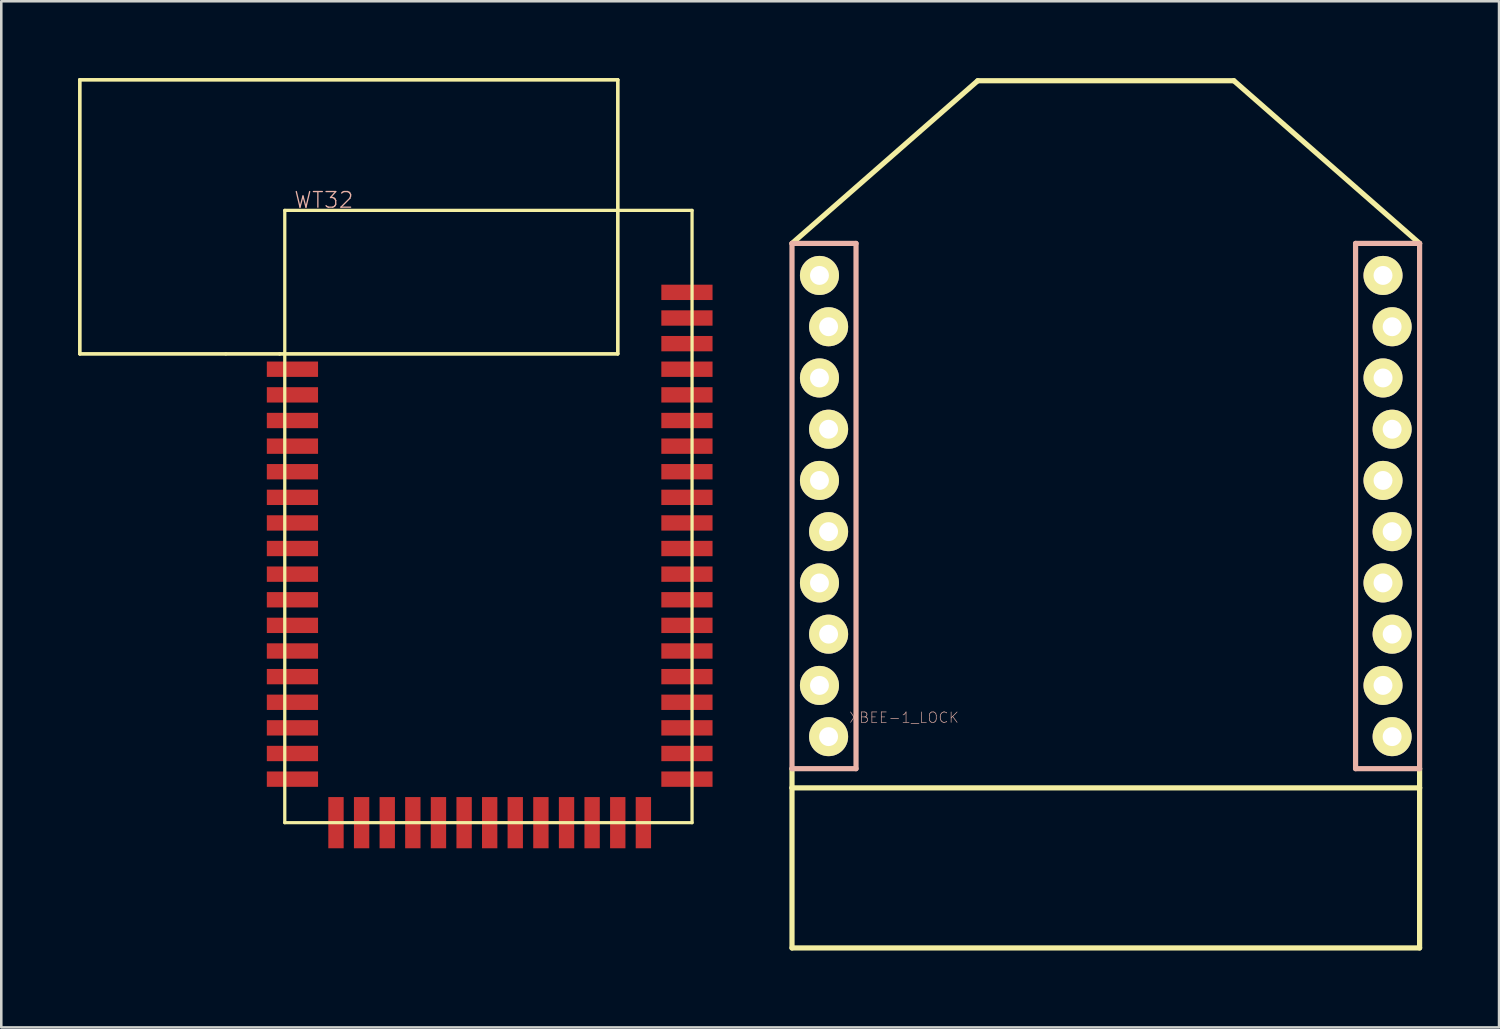
<source format=kicad_pcb>
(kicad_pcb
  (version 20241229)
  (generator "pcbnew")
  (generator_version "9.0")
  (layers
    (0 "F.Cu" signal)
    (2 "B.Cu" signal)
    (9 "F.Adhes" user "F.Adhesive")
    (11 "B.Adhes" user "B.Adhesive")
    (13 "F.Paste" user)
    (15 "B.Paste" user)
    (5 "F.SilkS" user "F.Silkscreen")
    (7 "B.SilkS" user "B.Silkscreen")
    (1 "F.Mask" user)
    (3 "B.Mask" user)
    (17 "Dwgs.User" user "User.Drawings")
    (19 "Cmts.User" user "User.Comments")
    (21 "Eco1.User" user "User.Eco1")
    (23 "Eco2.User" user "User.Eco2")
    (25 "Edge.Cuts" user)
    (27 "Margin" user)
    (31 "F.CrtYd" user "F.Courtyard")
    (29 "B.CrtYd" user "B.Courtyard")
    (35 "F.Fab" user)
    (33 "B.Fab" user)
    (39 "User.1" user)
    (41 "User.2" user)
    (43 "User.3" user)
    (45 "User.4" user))
  (footprint "WT32"
    (layer "F.Cu")
    (at 16.063 17.061)
    (property "Reference" "WT32" (at -6.474 -12.304 0) (layer "B.SilkS") (effects (font (size 0.61 0.61) (thickness 0.051))))
    (attr smd)
    (fp_line (start -15.999 -16.998) (end -15.999 -6.299) (stroke (width 0.127) (type solid)) (layer "F.SilkS"))
    (fp_line (start -15.999 -16.998) (end -15.999 -6.299) (stroke (width 0.127) (type solid)) (layer "F.SilkS"))
    (fp_line (start -15.999 -6.299) (end -10.3 -6.299) (stroke (width 0.127) (type solid)) (layer "F.SilkS"))
    (fp_line (start -15.999 -6.299) (end -8.199 -6.299) (stroke (width 0.127) (type solid)) (layer "F.SilkS"))
    (fp_line (start -10.3 -6.299) (end -8.199 -6.299) (stroke (width 0.127) (type solid)) (layer "F.SilkS"))
    (fp_line (start -8.199 -6.299) (end -7.998 -6.299) (stroke (width 0.127) (type solid)) (layer "F.SilkS"))
    (fp_line (start -8.199 -6.299) (end 4.999 -6.299) (stroke (width 0.127) (type solid)) (layer "F.SilkS"))
    (fp_line (start -7.998 -11.9) (end -7.998 11.999) (stroke (width 0.127) (type solid)) (layer "F.SilkS"))
    (fp_line (start -7.998 -6.299) (end 4.999 -6.299) (stroke (width 0.127) (type solid)) (layer "F.SilkS"))
    (fp_line (start -7.998 11.999) (end 7.899 11.999) (stroke (width 0.127) (type solid)) (layer "F.SilkS"))
    (fp_line (start 4.999 -16.998) (end -15.999 -16.998) (stroke (width 0.127) (type solid)) (layer "F.SilkS"))
    (fp_line (start 4.999 -16.998) (end -15.999 -16.998) (stroke (width 0.127) (type solid)) (layer "F.SilkS"))
    (fp_line (start 4.999 -6.299) (end 4.999 -16.998) (stroke (width 0.127) (type solid)) (layer "F.SilkS"))
    (fp_line (start 4.999 -6.299) (end 4.999 -16.998) (stroke (width 0.127) (type solid)) (layer "F.SilkS"))
    (fp_line (start 7.899 -11.9) (end -7.998 -11.9) (stroke (width 0.127) (type solid)) (layer "F.SilkS"))
    (fp_line (start 7.899 11.999) (end 7.899 -11.9) (stroke (width 0.127) (type solid)) (layer "F.SilkS"))
    (pad "1" smd rect (at -7.699 -5.7 180) (size 1.999 0.599) (layers "F.Cu" "F.Mask" "F.Paste"))
    (pad "2" smd rect (at -7.699 -4.699 180) (size 1.999 0.599) (layers "F.Cu" "F.Mask" "F.Paste"))
    (pad "3" smd rect (at -7.699 -3.698 180) (size 1.999 0.599) (layers "F.Cu" "F.Mask" "F.Paste"))
    (pad "4" smd rect (at -7.699 -2.697 180) (size 1.999 0.599) (layers "F.Cu" "F.Mask" "F.Paste"))
    (pad "5" smd rect (at -7.699 -1.699 180) (size 1.999 0.599) (layers "F.Cu" "F.Mask" "F.Paste"))
    (pad "6" smd rect (at -7.699 -0.699 180) (size 1.999 0.599) (layers "F.Cu" "F.Mask" "F.Paste"))
    (pad "7" smd rect (at -7.699 0.3 180) (size 1.999 0.599) (layers "F.Cu" "F.Mask" "F.Paste"))
    (pad "8" smd rect (at -7.699 1.298 180) (size 1.999 0.599) (layers "F.Cu" "F.Mask" "F.Paste"))
    (pad "9" smd rect (at -7.699 2.299 180) (size 1.999 0.599) (layers "F.Cu" "F.Mask" "F.Paste"))
    (pad "10" smd rect (at -7.699 3.299 180) (size 1.999 0.599) (layers "F.Cu" "F.Mask" "F.Paste"))
    (pad "11" smd rect (at -7.699 4.298 180) (size 1.999 0.599) (layers "F.Cu" "F.Mask" "F.Paste"))
    (pad "12" smd rect (at -7.699 5.298 180) (size 1.999 0.599) (layers "F.Cu" "F.Mask" "F.Paste"))
    (pad "13" smd rect (at -7.699 6.299 180) (size 1.999 0.599) (layers "F.Cu" "F.Mask" "F.Paste"))
    (pad "14" smd rect (at -7.699 7.3 180) (size 1.999 0.599) (layers "F.Cu" "F.Mask" "F.Paste"))
    (pad "15" smd rect (at -7.699 8.298 180) (size 1.999 0.599) (layers "F.Cu" "F.Mask" "F.Paste"))
    (pad "16" smd rect (at -7.699 9.299 180) (size 1.999 0.599) (layers "F.Cu" "F.Mask" "F.Paste"))
    (pad "17" smd rect (at -7.699 10.3 180) (size 1.999 0.599) (layers "F.Cu" "F.Mask" "F.Paste"))
    (pad "18" smd rect (at -5.999 11.999 270) (size 1.999 0.599) (layers "F.Cu" "F.Mask" "F.Paste"))
    (pad "19" smd rect (at -4.999 11.999 270) (size 1.999 0.599) (layers "F.Cu" "F.Mask" "F.Paste"))
    (pad "20" smd rect (at -3.998 11.999 270) (size 1.999 0.599) (layers "F.Cu" "F.Mask" "F.Paste"))
    (pad "21" smd rect (at -3 11.999 270) (size 1.999 0.599) (layers "F.Cu" "F.Mask" "F.Paste"))
    (pad "22" smd rect (at -1.999 11.999 270) (size 1.999 0.599) (layers "F.Cu" "F.Mask" "F.Paste"))
    (pad "23" smd rect (at -0.998 11.999 270) (size 1.999 0.599) (layers "F.Cu" "F.Mask" "F.Paste"))
    (pad "24" smd rect (at 0 11.999 270) (size 1.999 0.599) (layers "F.Cu" "F.Mask" "F.Paste"))
    (pad "25" smd rect (at 0.998 11.999 270) (size 1.999 0.599) (layers "F.Cu" "F.Mask" "F.Paste"))
    (pad "26" smd rect (at 1.999 11.999 270) (size 1.999 0.599) (layers "F.Cu" "F.Mask" "F.Paste"))
    (pad "27" smd rect (at 3 11.999 270) (size 1.999 0.599) (layers "F.Cu" "F.Mask" "F.Paste"))
    (pad "28" smd rect (at 3.998 11.999 270) (size 1.999 0.599) (layers "F.Cu" "F.Mask" "F.Paste"))
    (pad "29" smd rect (at 4.999 11.999 270) (size 1.999 0.599) (layers "F.Cu" "F.Mask" "F.Paste"))
    (pad "30" smd rect (at 5.999 11.999 270) (size 1.999 0.599) (layers "F.Cu" "F.Mask" "F.Paste"))
    (pad "31" smd rect (at 7.699 10.3) (size 1.999 0.599) (layers "F.Cu" "F.Mask" "F.Paste"))
    (pad "32" smd rect (at 7.699 9.299) (size 1.999 0.599) (layers "F.Cu" "F.Mask" "F.Paste"))
    (pad "33" smd rect (at 7.699 8.298) (size 1.999 0.599) (layers "F.Cu" "F.Mask" "F.Paste"))
    (pad "34" smd rect (at 7.699 7.3) (size 1.999 0.599) (layers "F.Cu" "F.Mask" "F.Paste"))
    (pad "35" smd rect (at 7.699 6.299) (size 1.999 0.599) (layers "F.Cu" "F.Mask" "F.Paste"))
    (pad "36" smd rect (at 7.699 5.298) (size 1.999 0.599) (layers "F.Cu" "F.Mask" "F.Paste"))
    (pad "37" smd rect (at 7.699 4.298) (size 1.999 0.599) (layers "F.Cu" "F.Mask" "F.Paste"))
    (pad "38" smd rect (at 7.699 3.299) (size 1.999 0.599) (layers "F.Cu" "F.Mask" "F.Paste"))
    (pad "39" smd rect (at 7.699 2.299) (size 1.999 0.599) (layers "F.Cu" "F.Mask" "F.Paste"))
    (pad "40" smd rect (at 7.699 1.298) (size 1.999 0.599) (layers "F.Cu" "F.Mask" "F.Paste"))
    (pad "41" smd rect (at 7.699 0.3) (size 1.999 0.599) (layers "F.Cu" "F.Mask" "F.Paste"))
    (pad "42" smd rect (at 7.699 -0.699) (size 1.999 0.599) (layers "F.Cu" "F.Mask" "F.Paste"))
    (pad "43" smd rect (at 7.699 -1.699) (size 1.999 0.599) (layers "F.Cu" "F.Mask" "F.Paste"))
    (pad "44" smd rect (at 7.699 -2.697) (size 1.999 0.599) (layers "F.Cu" "F.Mask" "F.Paste"))
    (pad "45" smd rect (at 7.699 -3.698) (size 1.999 0.599) (layers "F.Cu" "F.Mask" "F.Paste"))
    (pad "46" smd rect (at 7.699 -4.699) (size 1.999 0.599) (layers "F.Cu" "F.Mask" "F.Paste"))
    (pad "47" smd rect (at 7.699 -5.7) (size 1.999 0.599) (layers "F.Cu" "F.Mask" "F.Paste"))
    (pad "48" smd rect (at 7.699 -6.698) (size 1.999 0.599) (layers "F.Cu" "F.Mask" "F.Paste"))
    (pad "49" smd rect (at 7.699 -7.699) (size 1.999 0.599) (layers "F.Cu" "F.Mask" "F.Paste"))
    (pad "50" smd rect (at 7.699 -8.7) (size 1.999 0.599) (layers "F.Cu" "F.Mask" "F.Paste")))
  (footprint "XBEE-1_LOCK"
    (layer "F.Cu")
    (at 40.111 27.701)
    (property "Reference" "XBEE-1_LOCK" (at -7.874 -2.743 0) (layer "B.SilkS") (effects (font (size 0.406 0.406) (thickness 0.025))))
    (attr exclude_from_pos_files exclude_from_bom)
    (fp_line (start -12.248 -21.25) (end -4.999 -27.6) (stroke (width 0.203) (type solid)) (layer "F.SilkS"))
    (fp_line (start -12.248 -0.749) (end -12.248 0) (stroke (width 0.203) (type solid)) (layer "F.SilkS"))
    (fp_line (start -12.248 0) (end -12.248 6.248) (stroke (width 0.203) (type solid)) (layer "F.SilkS"))
    (fp_line (start -12.248 0) (end 12.248 0) (stroke (width 0.203) (type solid)) (layer "F.SilkS"))
    (fp_line (start -12.248 6.248) (end 12.248 6.248) (stroke (width 0.203) (type solid)) (layer "F.SilkS"))
    (fp_line (start -11.1 -20.244) (end -10.897 -20.244) (stroke (width 0.066) (type solid)) (layer "F.SilkS"))
    (fp_line (start -11.1 -19.736) (end -11.1 -20.244) (stroke (width 0.066) (type solid)) (layer "F.SilkS"))
    (fp_line (start -11.1 -19.736) (end -10.897 -19.736) (stroke (width 0.066) (type solid)) (layer "F.SilkS"))
    (fp_line (start -11.1 -18.237) (end -10.897 -18.237) (stroke (width 0.066) (type solid)) (layer "F.SilkS"))
    (fp_line (start -11.1 -17.727) (end -11.1 -18.237) (stroke (width 0.066) (type solid)) (layer "F.SilkS"))
    (fp_line (start -11.1 -17.727) (end -10.897 -17.727) (stroke (width 0.066) (type solid)) (layer "F.SilkS"))
    (fp_line (start -11.1 -16.231) (end -10.897 -16.231) (stroke (width 0.066) (type solid)) (layer "F.SilkS"))
    (fp_line (start -11.1 -15.723) (end -11.1 -16.231) (stroke (width 0.066) (type solid)) (layer "F.SilkS"))
    (fp_line (start -11.1 -15.723) (end -10.897 -15.723) (stroke (width 0.066) (type solid)) (layer "F.SilkS"))
    (fp_line (start -11.1 -14.249) (end -10.897 -14.249) (stroke (width 0.066) (type solid)) (layer "F.SilkS"))
    (fp_line (start -11.1 -13.741) (end -11.1 -14.249) (stroke (width 0.066) (type solid)) (layer "F.SilkS"))
    (fp_line (start -11.1 -13.741) (end -10.897 -13.741) (stroke (width 0.066) (type solid)) (layer "F.SilkS"))
    (fp_line (start -11.1 -12.268) (end -10.897 -12.268) (stroke (width 0.066) (type solid)) (layer "F.SilkS"))
    (fp_line (start -11.1 -11.76) (end -11.1 -12.268) (stroke (width 0.066) (type solid)) (layer "F.SilkS"))
    (fp_line (start -11.1 -11.76) (end -10.897 -11.76) (stroke (width 0.066) (type solid)) (layer "F.SilkS"))
    (fp_line (start -11.1 -10.236) (end -10.897 -10.236) (stroke (width 0.066) (type solid)) (layer "F.SilkS"))
    (fp_line (start -11.1 -9.728) (end -11.1 -10.236) (stroke (width 0.066) (type solid)) (layer "F.SilkS"))
    (fp_line (start -11.1 -9.728) (end -10.897 -9.728) (stroke (width 0.066) (type solid)) (layer "F.SilkS"))
    (fp_line (start -11.1 -8.23) (end -10.897 -8.23) (stroke (width 0.066) (type solid)) (layer "F.SilkS"))
    (fp_line (start -11.1 -7.722) (end -11.1 -8.23) (stroke (width 0.066) (type solid)) (layer "F.SilkS"))
    (fp_line (start -11.1 -7.722) (end -10.897 -7.722) (stroke (width 0.066) (type solid)) (layer "F.SilkS"))
    (fp_line (start -11.1 -6.223) (end -10.897 -6.223) (stroke (width 0.066) (type solid)) (layer "F.SilkS"))
    (fp_line (start -11.1 -5.715) (end -11.1 -6.223) (stroke (width 0.066) (type solid)) (layer "F.SilkS"))
    (fp_line (start -11.1 -5.715) (end -10.897 -5.715) (stroke (width 0.066) (type solid)) (layer "F.SilkS"))
    (fp_line (start -11.1 -4.242) (end -10.897 -4.242) (stroke (width 0.066) (type solid)) (layer "F.SilkS"))
    (fp_line (start -11.1 -3.734) (end -11.1 -4.242) (stroke (width 0.066) (type solid)) (layer "F.SilkS"))
    (fp_line (start -11.1 -3.734) (end -10.897 -3.734) (stroke (width 0.066) (type solid)) (layer "F.SilkS"))
    (fp_line (start -11.1 -2.235) (end -10.897 -2.235) (stroke (width 0.066) (type solid)) (layer "F.SilkS"))
    (fp_line (start -11.1 -1.727) (end -11.1 -2.235) (stroke (width 0.066) (type solid)) (layer "F.SilkS"))
    (fp_line (start -11.1 -1.727) (end -10.897 -1.727) (stroke (width 0.066) (type solid)) (layer "F.SilkS"))
    (fp_line (start -10.897 -19.736) (end -10.897 -20.244) (stroke (width 0.066) (type solid)) (layer "F.SilkS"))
    (fp_line (start -10.897 -17.727) (end -10.897 -18.237) (stroke (width 0.066) (type solid)) (layer "F.SilkS"))
    (fp_line (start -10.897 -15.723) (end -10.897 -16.231) (stroke (width 0.066) (type solid)) (layer "F.SilkS"))
    (fp_line (start -10.897 -13.741) (end -10.897 -14.249) (stroke (width 0.066) (type solid)) (layer "F.SilkS"))
    (fp_line (start -10.897 -11.76) (end -10.897 -12.268) (stroke (width 0.066) (type solid)) (layer "F.SilkS"))
    (fp_line (start -10.897 -9.728) (end -10.897 -10.236) (stroke (width 0.066) (type solid)) (layer "F.SilkS"))
    (fp_line (start -10.897 -7.722) (end -10.897 -8.23) (stroke (width 0.066) (type solid)) (layer "F.SilkS"))
    (fp_line (start -10.897 -5.715) (end -10.897 -6.223) (stroke (width 0.066) (type solid)) (layer "F.SilkS"))
    (fp_line (start -10.897 -3.734) (end -10.897 -4.242) (stroke (width 0.066) (type solid)) (layer "F.SilkS"))
    (fp_line (start -10.897 -1.727) (end -10.897 -2.235) (stroke (width 0.066) (type solid)) (layer "F.SilkS"))
    (fp_line (start -4.999 -27.6) (end 4.999 -27.6) (stroke (width 0.203) (type solid)) (layer "F.SilkS"))
    (fp_line (start 10.897 -20.244) (end 11.1 -20.244) (stroke (width 0.066) (type solid)) (layer "F.SilkS"))
    (fp_line (start 10.897 -19.736) (end 10.897 -20.244) (stroke (width 0.066) (type solid)) (layer "F.SilkS"))
    (fp_line (start 10.897 -19.736) (end 11.1 -19.736) (stroke (width 0.066) (type solid)) (layer "F.SilkS"))
    (fp_line (start 10.897 -18.237) (end 11.1 -18.237) (stroke (width 0.066) (type solid)) (layer "F.SilkS"))
    (fp_line (start 10.897 -17.727) (end 10.897 -18.237) (stroke (width 0.066) (type solid)) (layer "F.SilkS"))
    (fp_line (start 10.897 -17.727) (end 11.1 -17.727) (stroke (width 0.066) (type solid)) (layer "F.SilkS"))
    (fp_line (start 10.897 -16.231) (end 11.1 -16.231) (stroke (width 0.066) (type solid)) (layer "F.SilkS"))
    (fp_line (start 10.897 -15.723) (end 10.897 -16.231) (stroke (width 0.066) (type solid)) (layer "F.SilkS"))
    (fp_line (start 10.897 -15.723) (end 11.1 -15.723) (stroke (width 0.066) (type solid)) (layer "F.SilkS"))
    (fp_line (start 10.897 -14.249) (end 11.1 -14.249) (stroke (width 0.066) (type solid)) (layer "F.SilkS"))
    (fp_line (start 10.897 -13.741) (end 10.897 -14.249) (stroke (width 0.066) (type solid)) (layer "F.SilkS"))
    (fp_line (start 10.897 -13.741) (end 11.1 -13.741) (stroke (width 0.066) (type solid)) (layer "F.SilkS"))
    (fp_line (start 10.897 -12.268) (end 11.1 -12.268) (stroke (width 0.066) (type solid)) (layer "F.SilkS"))
    (fp_line (start 10.897 -11.76) (end 10.897 -12.268) (stroke (width 0.066) (type solid)) (layer "F.SilkS"))
    (fp_line (start 10.897 -11.76) (end 11.1 -11.76) (stroke (width 0.066) (type solid)) (layer "F.SilkS"))
    (fp_line (start 10.897 -10.236) (end 11.1 -10.236) (stroke (width 0.066) (type solid)) (layer "F.SilkS"))
    (fp_line (start 10.897 -9.728) (end 10.897 -10.236) (stroke (width 0.066) (type solid)) (layer "F.SilkS"))
    (fp_line (start 10.897 -9.728) (end 11.1 -9.728) (stroke (width 0.066) (type solid)) (layer "F.SilkS"))
    (fp_line (start 10.897 -8.23) (end 11.1 -8.23) (stroke (width 0.066) (type solid)) (layer "F.SilkS"))
    (fp_line (start 10.897 -7.722) (end 10.897 -8.23) (stroke (width 0.066) (type solid)) (layer "F.SilkS"))
    (fp_line (start 10.897 -7.722) (end 11.1 -7.722) (stroke (width 0.066) (type solid)) (layer "F.SilkS"))
    (fp_line (start 10.897 -6.223) (end 11.1 -6.223) (stroke (width 0.066) (type solid)) (layer "F.SilkS"))
    (fp_line (start 10.897 -5.715) (end 10.897 -6.223) (stroke (width 0.066) (type solid)) (layer "F.SilkS"))
    (fp_line (start 10.897 -5.715) (end 11.1 -5.715) (stroke (width 0.066) (type solid)) (layer "F.SilkS"))
    (fp_line (start 10.897 -4.242) (end 11.1 -4.242) (stroke (width 0.066) (type solid)) (layer "F.SilkS"))
    (fp_line (start 10.897 -3.734) (end 10.897 -4.242) (stroke (width 0.066) (type solid)) (layer "F.SilkS"))
    (fp_line (start 10.897 -3.734) (end 11.1 -3.734) (stroke (width 0.066) (type solid)) (layer "F.SilkS"))
    (fp_line (start 10.897 -2.235) (end 11.1 -2.235) (stroke (width 0.066) (type solid)) (layer "F.SilkS"))
    (fp_line (start 10.897 -1.727) (end 10.897 -2.235) (stroke (width 0.066) (type solid)) (layer "F.SilkS"))
    (fp_line (start 10.897 -1.727) (end 11.1 -1.727) (stroke (width 0.066) (type solid)) (layer "F.SilkS"))
    (fp_line (start 11.1 -19.736) (end 11.1 -20.244) (stroke (width 0.066) (type solid)) (layer "F.SilkS"))
    (fp_line (start 11.1 -17.727) (end 11.1 -18.237) (stroke (width 0.066) (type solid)) (layer "F.SilkS"))
    (fp_line (start 11.1 -15.723) (end 11.1 -16.231) (stroke (width 0.066) (type solid)) (layer "F.SilkS"))
    (fp_line (start 11.1 -13.741) (end 11.1 -14.249) (stroke (width 0.066) (type solid)) (layer "F.SilkS"))
    (fp_line (start 11.1 -11.76) (end 11.1 -12.268) (stroke (width 0.066) (type solid)) (layer "F.SilkS"))
    (fp_line (start 11.1 -9.728) (end 11.1 -10.236) (stroke (width 0.066) (type solid)) (layer "F.SilkS"))
    (fp_line (start 11.1 -7.722) (end 11.1 -8.23) (stroke (width 0.066) (type solid)) (layer "F.SilkS"))
    (fp_line (start 11.1 -5.715) (end 11.1 -6.223) (stroke (width 0.066) (type solid)) (layer "F.SilkS"))
    (fp_line (start 11.1 -3.734) (end 11.1 -4.242) (stroke (width 0.066) (type solid)) (layer "F.SilkS"))
    (fp_line (start 11.1 -1.727) (end 11.1 -2.235) (stroke (width 0.066) (type solid)) (layer "F.SilkS"))
    (fp_line (start 12.248 -21.25) (end 4.999 -27.6) (stroke (width 0.203) (type solid)) (layer "F.SilkS"))
    (fp_line (start 12.248 -0.749) (end 12.248 0) (stroke (width 0.203) (type solid)) (layer "F.SilkS"))
    (fp_line (start 12.248 0) (end 12.248 6.248) (stroke (width 0.203) (type solid)) (layer "F.SilkS"))
    (fp_line (start -12.248 -21.25) (end -12.248 -0.749) (stroke (width 0.203) (type solid)) (layer "B.SilkS"))
    (fp_line (start -12.248 -0.749) (end -9.749 -0.749) (stroke (width 0.203) (type solid)) (layer "B.SilkS"))
    (fp_line (start -9.749 -21.25) (end -12.248 -21.25) (stroke (width 0.203) (type solid)) (layer "B.SilkS"))
    (fp_line (start -9.749 -21.25) (end -9.749 -0.749) (stroke (width 0.203) (type solid)) (layer "B.SilkS"))
    (fp_line (start 9.749 -21.25) (end 9.749 -0.749) (stroke (width 0.203) (type solid)) (layer "B.SilkS"))
    (fp_line (start 9.749 -21.25) (end 12.248 -21.25) (stroke (width 0.203) (type solid)) (layer "B.SilkS"))
    (fp_line (start 12.248 -21.25) (end 12.248 -0.749) (stroke (width 0.203) (type solid)) (layer "B.SilkS"))
    (fp_line (start 12.248 -0.749) (end 9.749 -0.749) (stroke (width 0.203) (type solid)) (layer "B.SilkS"))
    (pad "1" thru_hole circle (at -11.176 -20) (size 1.524 1.524) (drill 0.737) (layers "*.Cu" "F.Mask" "F.SilkS" "F.Paste"))
    (pad "2" thru_hole circle (at -10.82 -17.998) (size 1.524 1.524) (drill 0.737) (layers "*.Cu" "F.Mask" "F.SilkS" "F.Paste"))
    (pad "3" thru_hole circle (at -11.176 -15.999) (size 1.524 1.524) (drill 0.737) (layers "*.Cu" "F.Mask" "F.SilkS" "F.Paste"))
    (pad "4" thru_hole circle (at -10.82 -13.998) (size 1.524 1.524) (drill 0.737) (layers "*.Cu" "F.Mask" "F.SilkS" "F.Paste"))
    (pad "5" thru_hole circle (at -11.176 -11.999) (size 1.524 1.524) (drill 0.737) (layers "*.Cu" "F.Mask" "F.SilkS" "F.Paste"))
    (pad "6" thru_hole circle (at -10.82 -10) (size 1.524 1.524) (drill 0.737) (layers "*.Cu" "F.Mask" "F.SilkS" "F.Paste"))
    (pad "7" thru_hole circle (at -11.176 -7.998) (size 1.524 1.524) (drill 0.737) (layers "*.Cu" "F.Mask" "F.SilkS" "F.Paste"))
    (pad "8" thru_hole circle (at -10.82 -5.999) (size 1.524 1.524) (drill 0.737) (layers "*.Cu" "F.Mask" "F.SilkS" "F.Paste"))
    (pad "9" thru_hole circle (at -11.176 -3.998) (size 1.524 1.524) (drill 0.737) (layers "*.Cu" "F.Mask" "F.SilkS" "F.Paste"))
    (pad "10" thru_hole circle (at -10.82 -1.999) (size 1.524 1.524) (drill 0.737) (layers "*.Cu" "F.Mask" "F.SilkS" "F.Paste"))
    (pad "11" thru_hole circle (at 11.176 -1.999) (size 1.524 1.524) (drill 0.737) (layers "*.Cu" "F.Mask" "F.SilkS" "F.Paste"))
    (pad "12" thru_hole circle (at 10.82 -3.998) (size 1.524 1.524) (drill 0.737) (layers "*.Cu" "F.Mask" "F.SilkS" "F.Paste"))
    (pad "13" thru_hole circle (at 11.176 -5.999) (size 1.524 1.524) (drill 0.737) (layers "*.Cu" "F.Mask" "F.SilkS" "F.Paste"))
    (pad "14" thru_hole circle (at 10.82 -7.998) (size 1.524 1.524) (drill 0.737) (layers "*.Cu" "F.Mask" "F.SilkS" "F.Paste"))
    (pad "15" thru_hole circle (at 11.176 -10) (size 1.524 1.524) (drill 0.737) (layers "*.Cu" "F.Mask" "F.SilkS" "F.Paste"))
    (pad "16" thru_hole circle (at 10.82 -11.999) (size 1.524 1.524) (drill 0.737) (layers "*.Cu" "F.Mask" "F.SilkS" "F.Paste"))
    (pad "17" thru_hole circle (at 11.176 -13.998) (size 1.524 1.524) (drill 0.737) (layers "*.Cu" "F.Mask" "F.SilkS" "F.Paste"))
    (pad "18" thru_hole circle (at 10.82 -15.999) (size 1.524 1.524) (drill 0.737) (layers "*.Cu" "F.Mask" "F.SilkS" "F.Paste"))
    (pad "19" thru_hole circle (at 11.176 -17.998) (size 1.524 1.524) (drill 0.737) (layers "*.Cu" "F.Mask" "F.SilkS" "F.Paste"))
    (pad "20" thru_hole circle (at 10.82 -20) (size 1.524 1.524) (drill 0.737) (layers "*.Cu" "F.Mask" "F.SilkS" "F.Paste")))
  (gr_rect
    (start -3 -3)
    (end 55.46 37.051)
    (stroke (width 0.1) (type default))
    (fill no)
    (layer "Edge.Cuts")))
</source>
